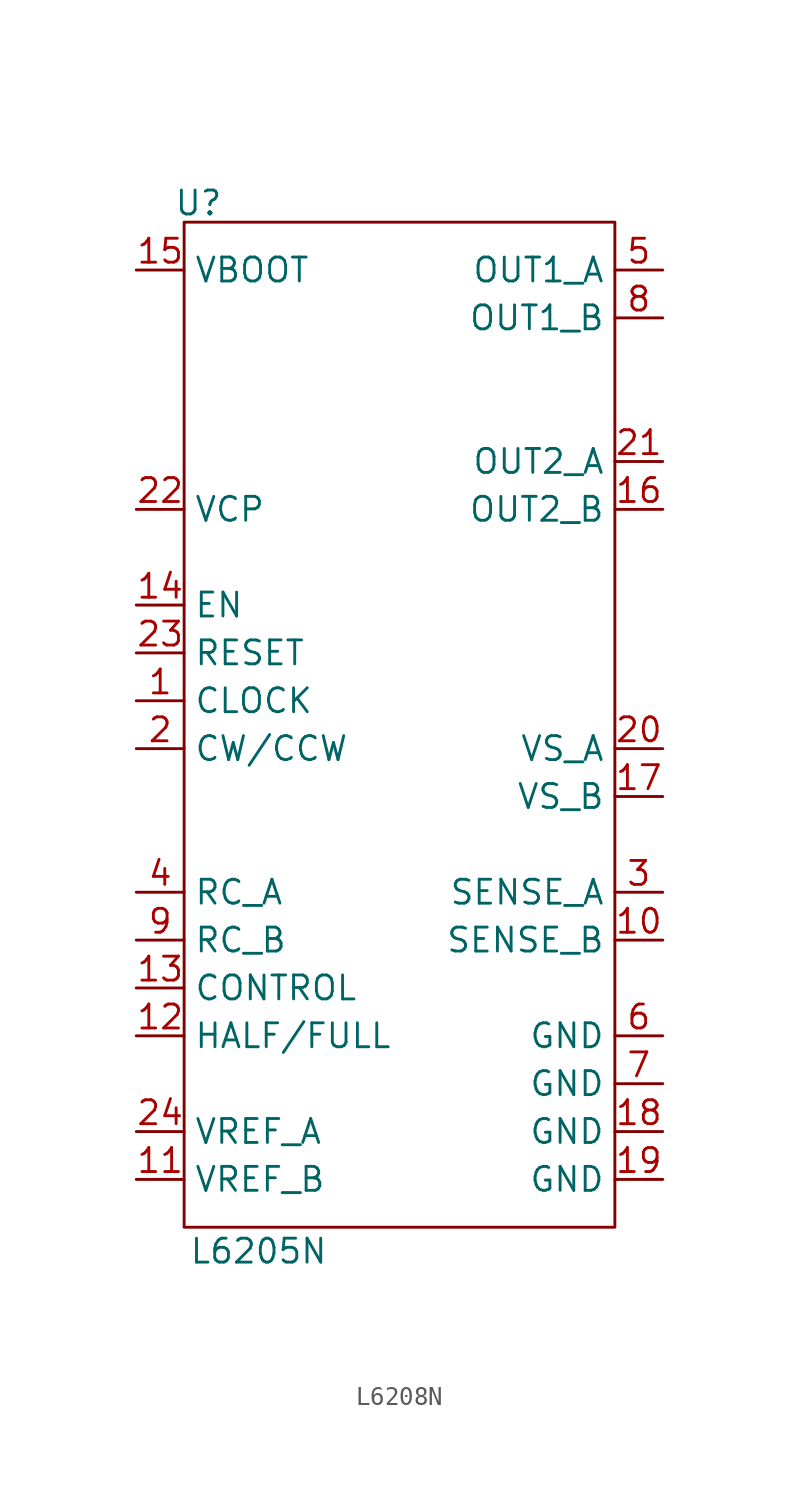
<source format=kicad_sym>
(kicad_symbol_lib
  (version 20241209)
  (generator "kicad_symbol_editor")
  (generator_version "9.0")
  (symbol "L6208N"
    (property "Reference" "U"
      (at 0.762 1.016 0)
      (effects (font (size 1.27 1.27))))
    (property "Value" "L6205N"
      (at 0.254 -54.61 0)
      (effects (font (size 1.27 1.27)) (justify left)))
    (symbol "L6208N_0_1"
      (rectangle (start 0 0) (end 22.86 -53.34) (stroke (width 0) (type default)) (fill (type none))))
    (symbol "L6208N_1_1"
      (pin passive line (at -2.54 -2.54 0) (length 2.54) (name "VBOOT" (effects (font (size 1.27 1.27)))) (number "15" (effects (font (size 1.27 1.27)))))
      (pin output line (at -2.54 -15.24 0) (length 2.54) (name "VCP" (effects (font (size 1.27 1.27)))) (number "22" (effects (font (size 1.27 1.27)))))
      (pin input line (at -2.54 -20.32 0) (length 2.54) (name "EN" (effects (font (size 1.27 1.27)))) (number "14" (effects (font (size 1.27 1.27)))))
      (pin input line (at -2.54 -22.86 0) (length 2.54) (name "RESET" (effects (font (size 1.27 1.27)))) (number "23" (effects (font (size 1.27 1.27)))))
      (pin input line (at -2.54 -25.4 0) (length 2.54) (name "CLOCK" (effects (font (size 1.27 1.27)))) (number "1" (effects (font (size 1.27 1.27)))))
      (pin input line (at -2.54 -27.94 0) (length 2.54) (name "CW/CCW" (effects (font (size 1.27 1.27)))) (number "2" (effects (font (size 1.27 1.27)))))
      (pin passive line (at -2.54 -35.56 0) (length 2.54) (name "RC_A" (effects (font (size 1.27 1.27)))) (number "4" (effects (font (size 1.27 1.27)))))
      (pin passive line (at -2.54 -38.1 0) (length 2.54) (name "RC_B" (effects (font (size 1.27 1.27)))) (number "9" (effects (font (size 1.27 1.27)))))
      (pin input line (at -2.54 -40.64 0) (length 2.54) (name "CONTROL" (effects (font (size 1.27 1.27)))) (number "13" (effects (font (size 1.27 1.27)))))
      (pin input line (at -2.54 -43.18 0) (length 2.54) (name "HALF/FULL" (effects (font (size 1.27 1.27)))) (number "12" (effects (font (size 1.27 1.27)))))
      (pin input line (at -2.54 -48.26 0) (length 2.54) (name "VREF_A" (effects (font (size 1.27 1.27)))) (number "24" (effects (font (size 1.27 1.27)))))
      (pin input line (at -2.54 -50.8 0) (length 2.54) (name "VREF_B" (effects (font (size 1.27 1.27)))) (number "11" (effects (font (size 1.27 1.27)))))
      (pin power_out line (at 25.4 -2.54 180) (length 2.54) (name "OUT1_A" (effects (font (size 1.27 1.27)))) (number "5" (effects (font (size 1.27 1.27)))))
      (pin power_out line (at 25.4 -5.08 180) (length 2.54) (name "OUT1_B" (effects (font (size 1.27 1.27)))) (number "8" (effects (font (size 1.27 1.27)))))
      (pin power_out line (at 25.4 -12.7 180) (length 2.54) (name "OUT2_A" (effects (font (size 1.27 1.27)))) (number "21" (effects (font (size 1.27 1.27)))))
      (pin power_out line (at 25.4 -15.24 180) (length 2.54) (name "OUT2_B" (effects (font (size 1.27 1.27)))) (number "16" (effects (font (size 1.27 1.27)))))
      (pin power_in line (at 25.4 -27.94 180) (length 2.54) (name "VS_A" (effects (font (size 1.27 1.27)))) (number "20" (effects (font (size 1.27 1.27)))))
      (pin power_in line (at 25.4 -30.48 180) (length 2.54) (name "VS_B" (effects (font (size 1.27 1.27)))) (number "17" (effects (font (size 1.27 1.27)))))
      (pin power_out line (at 25.4 -35.56 180) (length 2.54) (name "SENSE_A" (effects (font (size 1.27 1.27)))) (number "3" (effects (font (size 1.27 1.27)))))
      (pin power_out line (at 25.4 -38.1 180) (length 2.54) (name "SENSE_B" (effects (font (size 1.27 1.27)))) (number "10" (effects (font (size 1.27 1.27)))))
      (pin power_in line (at 25.4 -43.18 180) (length 2.54) (name "GND" (effects (font (size 1.27 1.27)))) (number "6" (effects (font (size 1.27 1.27)))))
      (pin power_in line (at 25.4 -45.72 180) (length 2.54) (name "GND" (effects (font (size 1.27 1.27)))) (number "7" (effects (font (size 1.27 1.27)))))
      (pin power_out line (at 25.4 -48.26 180) (length 2.54) (name "GND" (effects (font (size 1.27 1.27)))) (number "18" (effects (font (size 1.27 1.27)))))
      (pin power_out line (at 25.4 -50.8 180) (length 2.54) (name "GND" (effects (font (size 1.27 1.27)))) (number "19" (effects (font (size 1.27 1.27))))))))
</source>
